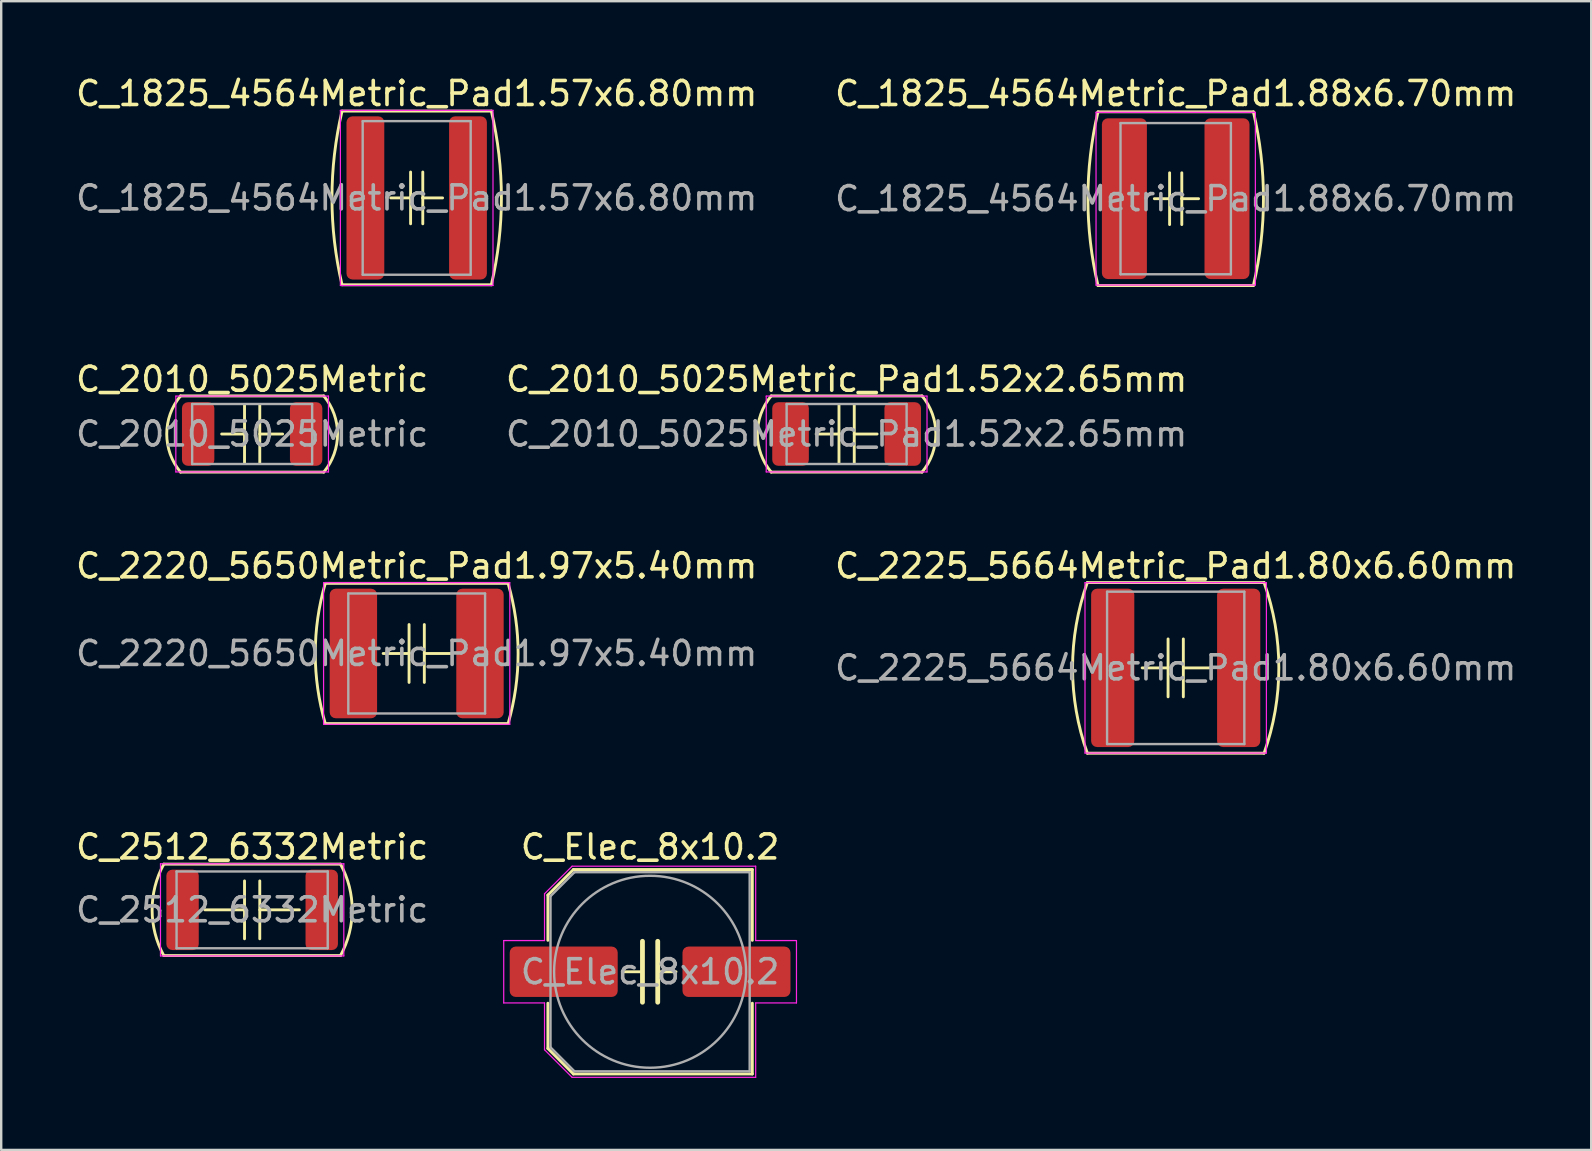
<source format=kicad_pcb>
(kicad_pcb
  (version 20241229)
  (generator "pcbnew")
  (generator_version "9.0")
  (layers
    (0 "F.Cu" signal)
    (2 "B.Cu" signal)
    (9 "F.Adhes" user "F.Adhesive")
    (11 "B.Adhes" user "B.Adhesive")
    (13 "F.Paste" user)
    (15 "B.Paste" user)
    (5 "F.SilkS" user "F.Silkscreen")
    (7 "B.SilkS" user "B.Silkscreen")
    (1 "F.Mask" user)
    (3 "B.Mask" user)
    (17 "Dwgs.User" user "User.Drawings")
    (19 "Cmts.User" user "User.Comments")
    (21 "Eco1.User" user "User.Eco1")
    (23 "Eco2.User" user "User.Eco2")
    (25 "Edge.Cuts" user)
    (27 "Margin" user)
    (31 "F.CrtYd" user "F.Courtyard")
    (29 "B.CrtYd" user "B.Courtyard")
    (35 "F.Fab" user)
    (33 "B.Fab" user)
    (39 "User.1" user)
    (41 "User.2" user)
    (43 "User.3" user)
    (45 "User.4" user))
  (footprint "C_2512_6332Metric"
    (layer "F.Cu")
    (at 7.458 34.867)
    (property "Reference" "C_2512_6332Metric" (at 0 -2.62 0) (layer "F.SilkS") (effects (font (size 1 1) (thickness 0.15))))
    (attr smd)
    (fp_line (start -3.683 1.905) (end 3.683 1.905) (stroke (width 0.12) (type solid)) (layer "F.SilkS"))
    (fp_line (start -0.318 -1.206) (end -0.318 1.206) (stroke (width 0.12) (type solid)) (layer "F.SilkS"))
    (fp_line (start -0.318 0) (end -1.968 0) (stroke (width 0.12) (type solid)) (layer "F.SilkS"))
    (fp_line (start 0.318 -1.206) (end 0.318 1.206) (stroke (width 0.12) (type solid)) (layer "F.SilkS"))
    (fp_line (start 0.318 0) (end 1.968 0) (stroke (width 0.12) (type solid)) (layer "F.SilkS"))
    (fp_line (start 3.683 -1.905) (end -3.683 -1.905) (stroke (width 0.12) (type solid)) (layer "F.SilkS"))
    (fp_arc (start -3.683 1.904999) (mid -4.168763 0) (end -3.683 -1.905) (stroke (width 0.12) (type solid)) (layer "F.SilkS"))
    (fp_arc (start 3.683 -1.904999) (mid 4.168763 0) (end 3.683 1.905) (stroke (width 0.12) (type solid)) (layer "F.SilkS"))
    (fp_line (start -3.82 -1.92) (end 3.82 -1.92) (stroke (width 0.05) (type solid)) (layer "F.CrtYd"))
    (fp_line (start -3.82 1.92) (end -3.82 -1.92) (stroke (width 0.05) (type solid)) (layer "F.CrtYd"))
    (fp_line (start 3.82 -1.92) (end 3.82 1.92) (stroke (width 0.05) (type solid)) (layer "F.CrtYd"))
    (fp_line (start 3.82 1.92) (end -3.82 1.92) (stroke (width 0.05) (type solid)) (layer "F.CrtYd"))
    (fp_line (start -3.15 -1.6) (end 3.15 -1.6) (stroke (width 0.1) (type solid)) (layer "F.Fab"))
    (fp_line (start -3.15 1.6) (end -3.15 -1.6) (stroke (width 0.1) (type solid)) (layer "F.Fab"))
    (fp_line (start 3.15 -1.6) (end 3.15 1.6) (stroke (width 0.1) (type solid)) (layer "F.Fab"))
    (fp_line (start 3.15 1.6) (end -3.15 1.6) (stroke (width 0.1) (type solid)) (layer "F.Fab"))
    (fp_text user "${REFERENCE}" (at 0 0 0) (layer "F.Fab") (effects (font (size 1 1) (thickness 0.15))))
    (pad "1" smd roundrect (at -2.9 0) (size 1.35 3.35) (layers "F.Cu" "F.Mask" "F.Paste") (roundrect_rratio 0.185))
    (pad "2" smd roundrect (at 2.9 0) (size 1.35 3.35) (layers "F.Cu" "F.Mask" "F.Paste") (roundrect_rratio 0.185)))
  (footprint "C_2010_5025Metric_Pad1.52x2.65mm"
    (layer "F.Cu")
    (at 32.232 15.037)
    (property "Reference" "C_2010_5025Metric_Pad1.52x2.65mm" (at 0 -2.28 0) (layer "F.SilkS") (effects (font (size 1 1) (thickness 0.15))))
    (attr smd)
    (fp_line (start -3.143 1.587) (end 3.143 1.587) (stroke (width 0.12) (type solid)) (layer "F.SilkS"))
    (fp_line (start -0.318 -1.206) (end -0.318 1.206) (stroke (width 0.12) (type solid)) (layer "F.SilkS"))
    (fp_line (start -0.318 0) (end -1.27 0) (stroke (width 0.12) (type solid)) (layer "F.SilkS"))
    (fp_line (start 0.318 -1.206) (end 0.318 1.206) (stroke (width 0.12) (type solid)) (layer "F.SilkS"))
    (fp_line (start 0.318 0) (end 1.27 0) (stroke (width 0.12) (type solid)) (layer "F.SilkS"))
    (fp_line (start 3.143 -1.587) (end -3.143 -1.587) (stroke (width 0.12) (type solid)) (layer "F.SilkS"))
    (fp_arc (start -3.14325 1.5875) (mid -3.718004 0) (end -3.14325 -1.5875) (stroke (width 0.12) (type solid)) (layer "F.SilkS"))
    (fp_arc (start 3.14325 -1.5875) (mid 3.718004 0) (end 3.14325 1.5875) (stroke (width 0.12) (type solid)) (layer "F.SilkS"))
    (fp_line (start -3.35 -1.58) (end 3.35 -1.58) (stroke (width 0.05) (type solid)) (layer "F.CrtYd"))
    (fp_line (start -3.35 1.58) (end -3.35 -1.58) (stroke (width 0.05) (type solid)) (layer "F.CrtYd"))
    (fp_line (start 3.35 -1.58) (end 3.35 1.58) (stroke (width 0.05) (type solid)) (layer "F.CrtYd"))
    (fp_line (start 3.35 1.58) (end -3.35 1.58) (stroke (width 0.05) (type solid)) (layer "F.CrtYd"))
    (fp_line (start -2.5 -1.25) (end 2.5 -1.25) (stroke (width 0.1) (type solid)) (layer "F.Fab"))
    (fp_line (start -2.5 1.25) (end -2.5 -1.25) (stroke (width 0.1) (type solid)) (layer "F.Fab"))
    (fp_line (start 2.5 -1.25) (end 2.5 1.25) (stroke (width 0.1) (type solid)) (layer "F.Fab"))
    (fp_line (start 2.5 1.25) (end -2.5 1.25) (stroke (width 0.1) (type solid)) (layer "F.Fab"))
    (fp_text user "${REFERENCE}" (at 0 0 0) (layer "F.Fab") (effects (font (size 1 1) (thickness 0.15))))
    (pad "1" smd roundrect (at -2.337 0) (size 1.525 2.65) (layers "F.Cu" "F.Mask" "F.Paste") (roundrect_rratio 0.164))
    (pad "2" smd roundrect (at 2.337 0) (size 1.525 2.65) (layers "F.Cu" "F.Mask" "F.Paste") (roundrect_rratio 0.164)))
  (footprint "C_2010_5025Metric"
    (layer "F.Cu")
    (at 7.458 15.037)
    (property "Reference" "C_2010_5025Metric" (at 0 -2.28 0) (layer "F.SilkS") (effects (font (size 1 1) (thickness 0.15))))
    (attr smd)
    (fp_line (start -2.985 1.587) (end 2.985 1.587) (stroke (width 0.12) (type solid)) (layer "F.SilkS"))
    (fp_line (start -0.318 -1.206) (end -0.318 1.206) (stroke (width 0.12) (type solid)) (layer "F.SilkS"))
    (fp_line (start -0.318 0) (end -1.27 0) (stroke (width 0.12) (type solid)) (layer "F.SilkS"))
    (fp_line (start 0.318 -1.206) (end 0.318 1.206) (stroke (width 0.12) (type solid)) (layer "F.SilkS"))
    (fp_line (start 0.318 0) (end 1.27 0) (stroke (width 0.12) (type solid)) (layer "F.SilkS"))
    (fp_line (start 2.985 -1.587) (end -2.985 -1.587) (stroke (width 0.12) (type solid)) (layer "F.SilkS"))
    (fp_arc (start -2.9845 1.5875) (mid -3.559254 0) (end -2.9845 -1.5875) (stroke (width 0.12) (type solid)) (layer "F.SilkS"))
    (fp_arc (start 2.9845 -1.5875) (mid 3.559254 0) (end 2.9845 1.5875) (stroke (width 0.12) (type solid)) (layer "F.SilkS"))
    (fp_line (start -3.18 -1.58) (end 3.18 -1.58) (stroke (width 0.05) (type solid)) (layer "F.CrtYd"))
    (fp_line (start -3.18 1.58) (end -3.18 -1.58) (stroke (width 0.05) (type solid)) (layer "F.CrtYd"))
    (fp_line (start 3.18 -1.58) (end 3.18 1.58) (stroke (width 0.05) (type solid)) (layer "F.CrtYd"))
    (fp_line (start 3.18 1.58) (end -3.18 1.58) (stroke (width 0.05) (type solid)) (layer "F.CrtYd"))
    (fp_line (start -2.5 -1.25) (end 2.5 -1.25) (stroke (width 0.1) (type solid)) (layer "F.Fab"))
    (fp_line (start -2.5 1.25) (end -2.5 -1.25) (stroke (width 0.1) (type solid)) (layer "F.Fab"))
    (fp_line (start 2.5 -1.25) (end 2.5 1.25) (stroke (width 0.1) (type solid)) (layer "F.Fab"))
    (fp_line (start 2.5 1.25) (end -2.5 1.25) (stroke (width 0.1) (type solid)) (layer "F.Fab"))
    (fp_text user "${REFERENCE}" (at 0 0 0) (layer "F.Fab") (effects (font (size 1 1) (thickness 0.15))))
    (pad "1" smd roundrect (at -2.25 0) (size 1.35 2.65) (layers "F.Cu" "F.Mask" "F.Paste") (roundrect_rratio 0.185))
    (pad "2" smd roundrect (at 2.25 0) (size 1.35 2.65) (layers "F.Cu" "F.Mask" "F.Paste") (roundrect_rratio 0.185)))
  (footprint "C_1825_4564Metric_Pad1.88x6.70mm"
    (layer "F.Cu")
    (at 45.946 5.23)
    (property "Reference" "C_1825_4564Metric_Pad1.88x6.70mm" (at 0 -4.381 0) (layer "F.SilkS") (effects (font (size 1 1) (thickness 0.15))))
    (attr smd)
    (fp_line (start -3.239 3.619) (end 3.239 3.619) (stroke (width 0.12) (type solid)) (layer "F.SilkS"))
    (fp_line (start -0.254 -1.079) (end -0.254 0) (stroke (width 0.12) (type solid)) (layer "F.SilkS"))
    (fp_line (start -0.254 0) (end -0.889 0) (stroke (width 0.12) (type solid)) (layer "F.SilkS"))
    (fp_line (start -0.254 0) (end -0.254 1.079) (stroke (width 0.12) (type solid)) (layer "F.SilkS"))
    (fp_line (start 0.254 -1.079) (end 0.254 0) (stroke (width 0.12) (type solid)) (layer "F.SilkS"))
    (fp_line (start 0.254 0) (end 0.254 1.079) (stroke (width 0.12) (type solid)) (layer "F.SilkS"))
    (fp_line (start 0.254 0) (end 0.953 0) (stroke (width 0.12) (type solid)) (layer "F.SilkS"))
    (fp_line (start 3.239 -3.619) (end -3.239 -3.619) (stroke (width 0.12) (type solid)) (layer "F.SilkS"))
    (fp_arc (start -3.2385 3.6195) (mid -3.65776 0) (end -3.2385 -3.6195) (stroke (width 0.12) (type solid)) (layer "F.SilkS"))
    (fp_arc (start 3.2385 -3.6195) (mid 3.65776 0) (end 3.2385 3.6195) (stroke (width 0.12) (type solid)) (layer "F.SilkS"))
    (fp_line (start -3.32 -3.6) (end 3.32 -3.6) (stroke (width 0.05) (type solid)) (layer "F.CrtYd"))
    (fp_line (start -3.32 3.6) (end -3.32 -3.6) (stroke (width 0.05) (type solid)) (layer "F.CrtYd"))
    (fp_line (start 3.32 -3.6) (end 3.32 3.6) (stroke (width 0.05) (type solid)) (layer "F.CrtYd"))
    (fp_line (start 3.32 3.6) (end -3.32 3.6) (stroke (width 0.05) (type solid)) (layer "F.CrtYd"))
    (fp_line (start -2.3 -3.15) (end 2.3 -3.15) (stroke (width 0.1) (type solid)) (layer "F.Fab"))
    (fp_line (start -2.3 3.15) (end -2.3 -3.15) (stroke (width 0.1) (type solid)) (layer "F.Fab"))
    (fp_line (start 2.3 -3.15) (end 2.3 3.15) (stroke (width 0.1) (type solid)) (layer "F.Fab"))
    (fp_line (start 2.3 3.15) (end -2.3 3.15) (stroke (width 0.1) (type solid)) (layer "F.Fab"))
    (fp_text user "${REFERENCE}" (at 0 0 0) (layer "F.Fab") (effects (font (size 1 1) (thickness 0.15))))
    (pad "1" smd roundrect (at -2.138 0) (size 1.875 6.7) (layers "F.Cu" "F.Mask" "F.Paste") (roundrect_rratio 0.133))
    (pad "2" smd roundrect (at 2.138 0) (size 1.875 6.7) (layers "F.Cu" "F.Mask" "F.Paste") (roundrect_rratio 0.133)))
  (footprint "C_Elec_8x10.2"
    (layer "F.Cu")
    (at 24.042 37.447)
    (property "Reference" "C_Elec_8x10.2" (at 0 -5.2 0) (layer "F.SilkS") (effects (font (size 1 1) (thickness 0.15))))
    (attr smd)
    (fp_line (start -4.26 -3.196) (end -4.26 -1.31) (stroke (width 0.12) (type solid)) (layer "F.SilkS"))
    (fp_line (start -4.26 -3.196) (end -3.196 -4.26) (stroke (width 0.12) (type solid)) (layer "F.SilkS"))
    (fp_line (start -4.26 3.196) (end -4.26 1.31) (stroke (width 0.12) (type solid)) (layer "F.SilkS"))
    (fp_line (start -4.26 3.196) (end -3.196 4.26) (stroke (width 0.12) (type solid)) (layer "F.SilkS"))
    (fp_line (start -3.196 -4.26) (end 4.26 -4.26) (stroke (width 0.12) (type solid)) (layer "F.SilkS"))
    (fp_line (start -3.196 4.26) (end 4.26 4.26) (stroke (width 0.12) (type solid)) (layer "F.SilkS"))
    (fp_line (start -0.318 -1.27) (end -0.318 1.27) (stroke (width 0.2) (type solid)) (layer "F.SilkS"))
    (fp_line (start -0.318 0) (end -1.079 0) (stroke (width 0.12) (type solid)) (layer "F.SilkS"))
    (fp_line (start 0.318 -1.27) (end 0.318 1.27) (stroke (width 0.2) (type solid)) (layer "F.SilkS"))
    (fp_line (start 0.318 0) (end 1.079 0) (stroke (width 0.12) (type solid)) (layer "F.SilkS"))
    (fp_line (start 4.26 -4.26) (end 4.26 -1.31) (stroke (width 0.12) (type solid)) (layer "F.SilkS"))
    (fp_line (start 4.26 4.26) (end 4.26 1.31) (stroke (width 0.12) (type solid)) (layer "F.SilkS"))
    (fp_line (start -6.1 -1.3) (end -6.1 1.3) (stroke (width 0.05) (type solid)) (layer "F.CrtYd"))
    (fp_line (start -6.1 1.3) (end -4.4 1.3) (stroke (width 0.05) (type solid)) (layer "F.CrtYd"))
    (fp_line (start -4.4 -3.25) (end -4.4 -1.3) (stroke (width 0.05) (type solid)) (layer "F.CrtYd"))
    (fp_line (start -4.4 -3.25) (end -3.25 -4.4) (stroke (width 0.05) (type solid)) (layer "F.CrtYd"))
    (fp_line (start -4.4 -1.3) (end -6.1 -1.3) (stroke (width 0.05) (type solid)) (layer "F.CrtYd"))
    (fp_line (start -4.4 1.3) (end -4.4 3.25) (stroke (width 0.05) (type solid)) (layer "F.CrtYd"))
    (fp_line (start -4.4 3.25) (end -3.25 4.4) (stroke (width 0.05) (type solid)) (layer "F.CrtYd"))
    (fp_line (start -3.25 -4.4) (end 4.4 -4.4) (stroke (width 0.05) (type solid)) (layer "F.CrtYd"))
    (fp_line (start -3.25 4.4) (end 4.4 4.4) (stroke (width 0.05) (type solid)) (layer "F.CrtYd"))
    (fp_line (start 4.4 -4.4) (end 4.4 -1.3) (stroke (width 0.05) (type solid)) (layer "F.CrtYd"))
    (fp_line (start 4.4 -1.3) (end 6.1 -1.3) (stroke (width 0.05) (type solid)) (layer "F.CrtYd"))
    (fp_line (start 4.4 1.3) (end 4.4 4.4) (stroke (width 0.05) (type solid)) (layer "F.CrtYd"))
    (fp_line (start 6.1 -1.3) (end 6.1 1.3) (stroke (width 0.05) (type solid)) (layer "F.CrtYd"))
    (fp_line (start 6.1 1.3) (end 4.4 1.3) (stroke (width 0.05) (type solid)) (layer "F.CrtYd"))
    (fp_line (start -4.15 -3.15) (end -4.15 3.15) (stroke (width 0.1) (type solid)) (layer "F.Fab"))
    (fp_line (start -4.15 -3.15) (end -3.15 -4.15) (stroke (width 0.1) (type solid)) (layer "F.Fab"))
    (fp_line (start -4.15 3.15) (end -3.15 4.15) (stroke (width 0.1) (type solid)) (layer "F.Fab"))
    (fp_line (start -3.15 -4.15) (end 4.15 -4.15) (stroke (width 0.1) (type solid)) (layer "F.Fab"))
    (fp_line (start -3.15 4.15) (end 4.15 4.15) (stroke (width 0.1) (type solid)) (layer "F.Fab"))
    (fp_line (start 4.15 -4.15) (end 4.15 4.15) (stroke (width 0.1) (type solid)) (layer "F.Fab"))
    (fp_circle (center 0 0) (end 4 0) (stroke (width 0.1) (type solid)) (fill no) (layer "F.Fab"))
    (fp_text user "${REFERENCE}" (at 0 0 0) (layer "F.Fab") (effects (font (size 1 1) (thickness 0.15))))
    (pad "1" smd roundrect (at -3.6 0) (size 4.5 2.1) (layers "F.Cu" "F.Mask" "F.Paste") (roundrect_rratio 0.119))
    (pad "2" smd roundrect (at 3.6 0) (size 4.5 2.1) (layers "F.Cu" "F.Mask" "F.Paste") (roundrect_rratio 0.119)))
  (footprint "C_1825_4564Metric_Pad1.57x6.80mm"
    (layer "F.Cu")
    (at 14.315 5.198)
    (property "Reference" "C_1825_4564Metric_Pad1.57x6.80mm" (at 0 -4.35 0) (layer "F.SilkS") (effects (font (size 1 1) (thickness 0.15))))
    (attr smd)
    (fp_line (start -3.111 3.619) (end 3.111 3.619) (stroke (width 0.12) (type solid)) (layer "F.SilkS"))
    (fp_line (start -0.254 -1.079) (end -0.254 0) (stroke (width 0.12) (type solid)) (layer "F.SilkS"))
    (fp_line (start -0.254 0) (end -1.079 0) (stroke (width 0.12) (type solid)) (layer "F.SilkS"))
    (fp_line (start -0.254 0) (end -0.254 1.079) (stroke (width 0.12) (type solid)) (layer "F.SilkS"))
    (fp_line (start 0.254 -1.079) (end 0.254 0) (stroke (width 0.12) (type solid)) (layer "F.SilkS"))
    (fp_line (start 0.254 0) (end 0.254 1.079) (stroke (width 0.12) (type solid)) (layer "F.SilkS"))
    (fp_line (start 0.254 0) (end 1.079 0) (stroke (width 0.12) (type solid)) (layer "F.SilkS"))
    (fp_line (start 3.111 -3.619) (end -3.111 -3.619) (stroke (width 0.12) (type solid)) (layer "F.SilkS"))
    (fp_arc (start -3.1115 3.6195) (mid -3.53076 0) (end -3.1115 -3.6195) (stroke (width 0.12) (type solid)) (layer "F.SilkS"))
    (fp_arc (start 3.1115 -3.6195) (mid 3.53076 0) (end 3.1115 3.6195) (stroke (width 0.12) (type solid)) (layer "F.SilkS"))
    (fp_line (start -3.18 -3.65) (end 3.18 -3.65) (stroke (width 0.05) (type solid)) (layer "F.CrtYd"))
    (fp_line (start -3.18 3.65) (end -3.18 -3.65) (stroke (width 0.05) (type solid)) (layer "F.CrtYd"))
    (fp_line (start 3.18 -3.65) (end 3.18 3.65) (stroke (width 0.05) (type solid)) (layer "F.CrtYd"))
    (fp_line (start 3.18 3.65) (end -3.18 3.65) (stroke (width 0.05) (type solid)) (layer "F.CrtYd"))
    (fp_line (start -2.25 -3.2) (end 2.25 -3.2) (stroke (width 0.1) (type solid)) (layer "F.Fab"))
    (fp_line (start -2.25 3.2) (end -2.25 -3.2) (stroke (width 0.1) (type solid)) (layer "F.Fab"))
    (fp_line (start 2.25 -3.2) (end 2.25 3.2) (stroke (width 0.1) (type solid)) (layer "F.Fab"))
    (fp_line (start 2.25 3.2) (end -2.25 3.2) (stroke (width 0.1) (type solid)) (layer "F.Fab"))
    (fp_text user "${REFERENCE}" (at 0 0 0) (layer "F.Fab") (effects (font (size 1 1) (thickness 0.15))))
    (pad "1" smd roundrect (at -2.138 0) (size 1.575 6.8) (layers "F.Cu" "F.Mask" "F.Paste") (roundrect_rratio 0.159))
    (pad "2" smd roundrect (at 2.138 0) (size 1.575 6.8) (layers "F.Cu" "F.Mask" "F.Paste") (roundrect_rratio 0.159)))
  (footprint "C_2225_5664Metric_Pad1.80x6.60mm"
    (layer "F.Cu")
    (at 45.946 24.783)
    (property "Reference" "C_2225_5664Metric_Pad1.80x6.60mm" (at 0 -4.25 0) (layer "F.SilkS") (effects (font (size 1 1) (thickness 0.15))))
    (attr smd)
    (fp_line (start -3.683 3.556) (end 3.683 3.556) (stroke (width 0.12) (type solid)) (layer "F.SilkS"))
    (fp_line (start -0.318 -1.206) (end -0.318 1.206) (stroke (width 0.12) (type solid)) (layer "F.SilkS"))
    (fp_line (start -0.318 0) (end -1.397 0) (stroke (width 0.12) (type solid)) (layer "F.SilkS"))
    (fp_line (start 0.318 -1.206) (end 0.318 1.206) (stroke (width 0.12) (type solid)) (layer "F.SilkS"))
    (fp_line (start 0.318 0) (end 1.397 0) (stroke (width 0.12) (type solid)) (layer "F.SilkS"))
    (fp_line (start 3.683 -3.556) (end -3.683 -3.556) (stroke (width 0.12) (type solid)) (layer "F.SilkS"))
    (fp_arc (start -3.683 3.556) (mid -4.298209 0) (end -3.683 -3.556) (stroke (width 0.12) (type solid)) (layer "F.SilkS"))
    (fp_arc (start 3.683 -3.556) (mid 4.298209 0) (end 3.683 3.556) (stroke (width 0.12) (type solid)) (layer "F.SilkS"))
    (fp_line (start -3.78 -3.55) (end 3.78 -3.55) (stroke (width 0.05) (type solid)) (layer "F.CrtYd"))
    (fp_line (start -3.78 3.55) (end -3.78 -3.55) (stroke (width 0.05) (type solid)) (layer "F.CrtYd"))
    (fp_line (start 3.78 -3.55) (end 3.78 3.55) (stroke (width 0.05) (type solid)) (layer "F.CrtYd"))
    (fp_line (start 3.78 3.55) (end -3.78 3.55) (stroke (width 0.05) (type solid)) (layer "F.CrtYd"))
    (fp_line (start -2.86 -3.175) (end 2.86 -3.175) (stroke (width 0.1) (type solid)) (layer "F.Fab"))
    (fp_line (start -2.86 3.175) (end -2.86 -3.175) (stroke (width 0.1) (type solid)) (layer "F.Fab"))
    (fp_line (start 2.86 -3.175) (end 2.86 3.175) (stroke (width 0.1) (type solid)) (layer "F.Fab"))
    (fp_line (start 2.86 3.175) (end -2.86 3.175) (stroke (width 0.1) (type solid)) (layer "F.Fab"))
    (fp_text user "${REFERENCE}" (at 0 0 0) (layer "F.Fab") (effects (font (size 1 1) (thickness 0.15))))
    (pad "1" smd roundrect (at -2.625 0) (size 1.8 6.6) (layers "F.Cu" "F.Mask" "F.Paste") (roundrect_rratio 0.139))
    (pad "2" smd roundrect (at 2.625 0) (size 1.8 6.6) (layers "F.Cu" "F.Mask" "F.Paste") (roundrect_rratio 0.139)))
  (footprint "C_2220_5650Metric_Pad1.97x5.40mm"
    (layer "F.Cu")
    (at 14.315 24.183)
    (property "Reference" "C_2220_5650Metric_Pad1.97x5.40mm" (at 0 -3.65 0) (layer "F.SilkS") (effects (font (size 1 1) (thickness 0.15))))
    (attr smd)
    (fp_line (start -3.81 2.921) (end 3.81 2.921) (stroke (width 0.12) (type solid)) (layer "F.SilkS"))
    (fp_line (start -0.318 -1.206) (end -0.318 1.206) (stroke (width 0.12) (type solid)) (layer "F.SilkS"))
    (fp_line (start -0.318 0) (end -1.397 0) (stroke (width 0.12) (type solid)) (layer "F.SilkS"))
    (fp_line (start 0.318 -1.206) (end 0.318 1.206) (stroke (width 0.12) (type solid)) (layer "F.SilkS"))
    (fp_line (start 0.318 0) (end 1.397 0) (stroke (width 0.12) (type solid)) (layer "F.SilkS"))
    (fp_line (start 3.81 -2.921) (end -3.81 -2.921) (stroke (width 0.12) (type solid)) (layer "F.SilkS"))
    (fp_arc (start -3.81 2.921) (mid -4.226561 0) (end -3.81 -2.921) (stroke (width 0.12) (type solid)) (layer "F.SilkS"))
    (fp_arc (start 3.81 -2.921) (mid 4.226561 0) (end 3.81 2.921) (stroke (width 0.12) (type solid)) (layer "F.SilkS"))
    (fp_line (start -3.88 -2.95) (end 3.88 -2.95) (stroke (width 0.05) (type solid)) (layer "F.CrtYd"))
    (fp_line (start -3.88 2.95) (end -3.88 -2.95) (stroke (width 0.05) (type solid)) (layer "F.CrtYd"))
    (fp_line (start 3.88 -2.95) (end 3.88 2.95) (stroke (width 0.05) (type solid)) (layer "F.CrtYd"))
    (fp_line (start 3.88 2.95) (end -3.88 2.95) (stroke (width 0.05) (type solid)) (layer "F.CrtYd"))
    (fp_line (start -2.85 -2.5) (end 2.85 -2.5) (stroke (width 0.1) (type solid)) (layer "F.Fab"))
    (fp_line (start -2.85 2.5) (end -2.85 -2.5) (stroke (width 0.1) (type solid)) (layer "F.Fab"))
    (fp_line (start 2.85 -2.5) (end 2.85 2.5) (stroke (width 0.1) (type solid)) (layer "F.Fab"))
    (fp_line (start 2.85 2.5) (end -2.85 2.5) (stroke (width 0.1) (type solid)) (layer "F.Fab"))
    (fp_text user "${REFERENCE}" (at 0 0 0) (layer "F.Fab") (effects (font (size 1 1) (thickness 0.15))))
    (pad "1" smd roundrect (at -2.638 0) (size 1.975 5.4) (layers "F.Cu" "F.Mask" "F.Paste") (roundrect_rratio 0.127))
    (pad "2" smd roundrect (at 2.638 0) (size 1.975 5.4) (layers "F.Cu" "F.Mask" "F.Paste") (roundrect_rratio 0.127)))
  (gr_rect
    (start -3 -3)
    (end 63.262 44.873)
    (stroke (width 0.1) (type default))
    (fill no)
    (layer "Edge.Cuts")))
</source>
